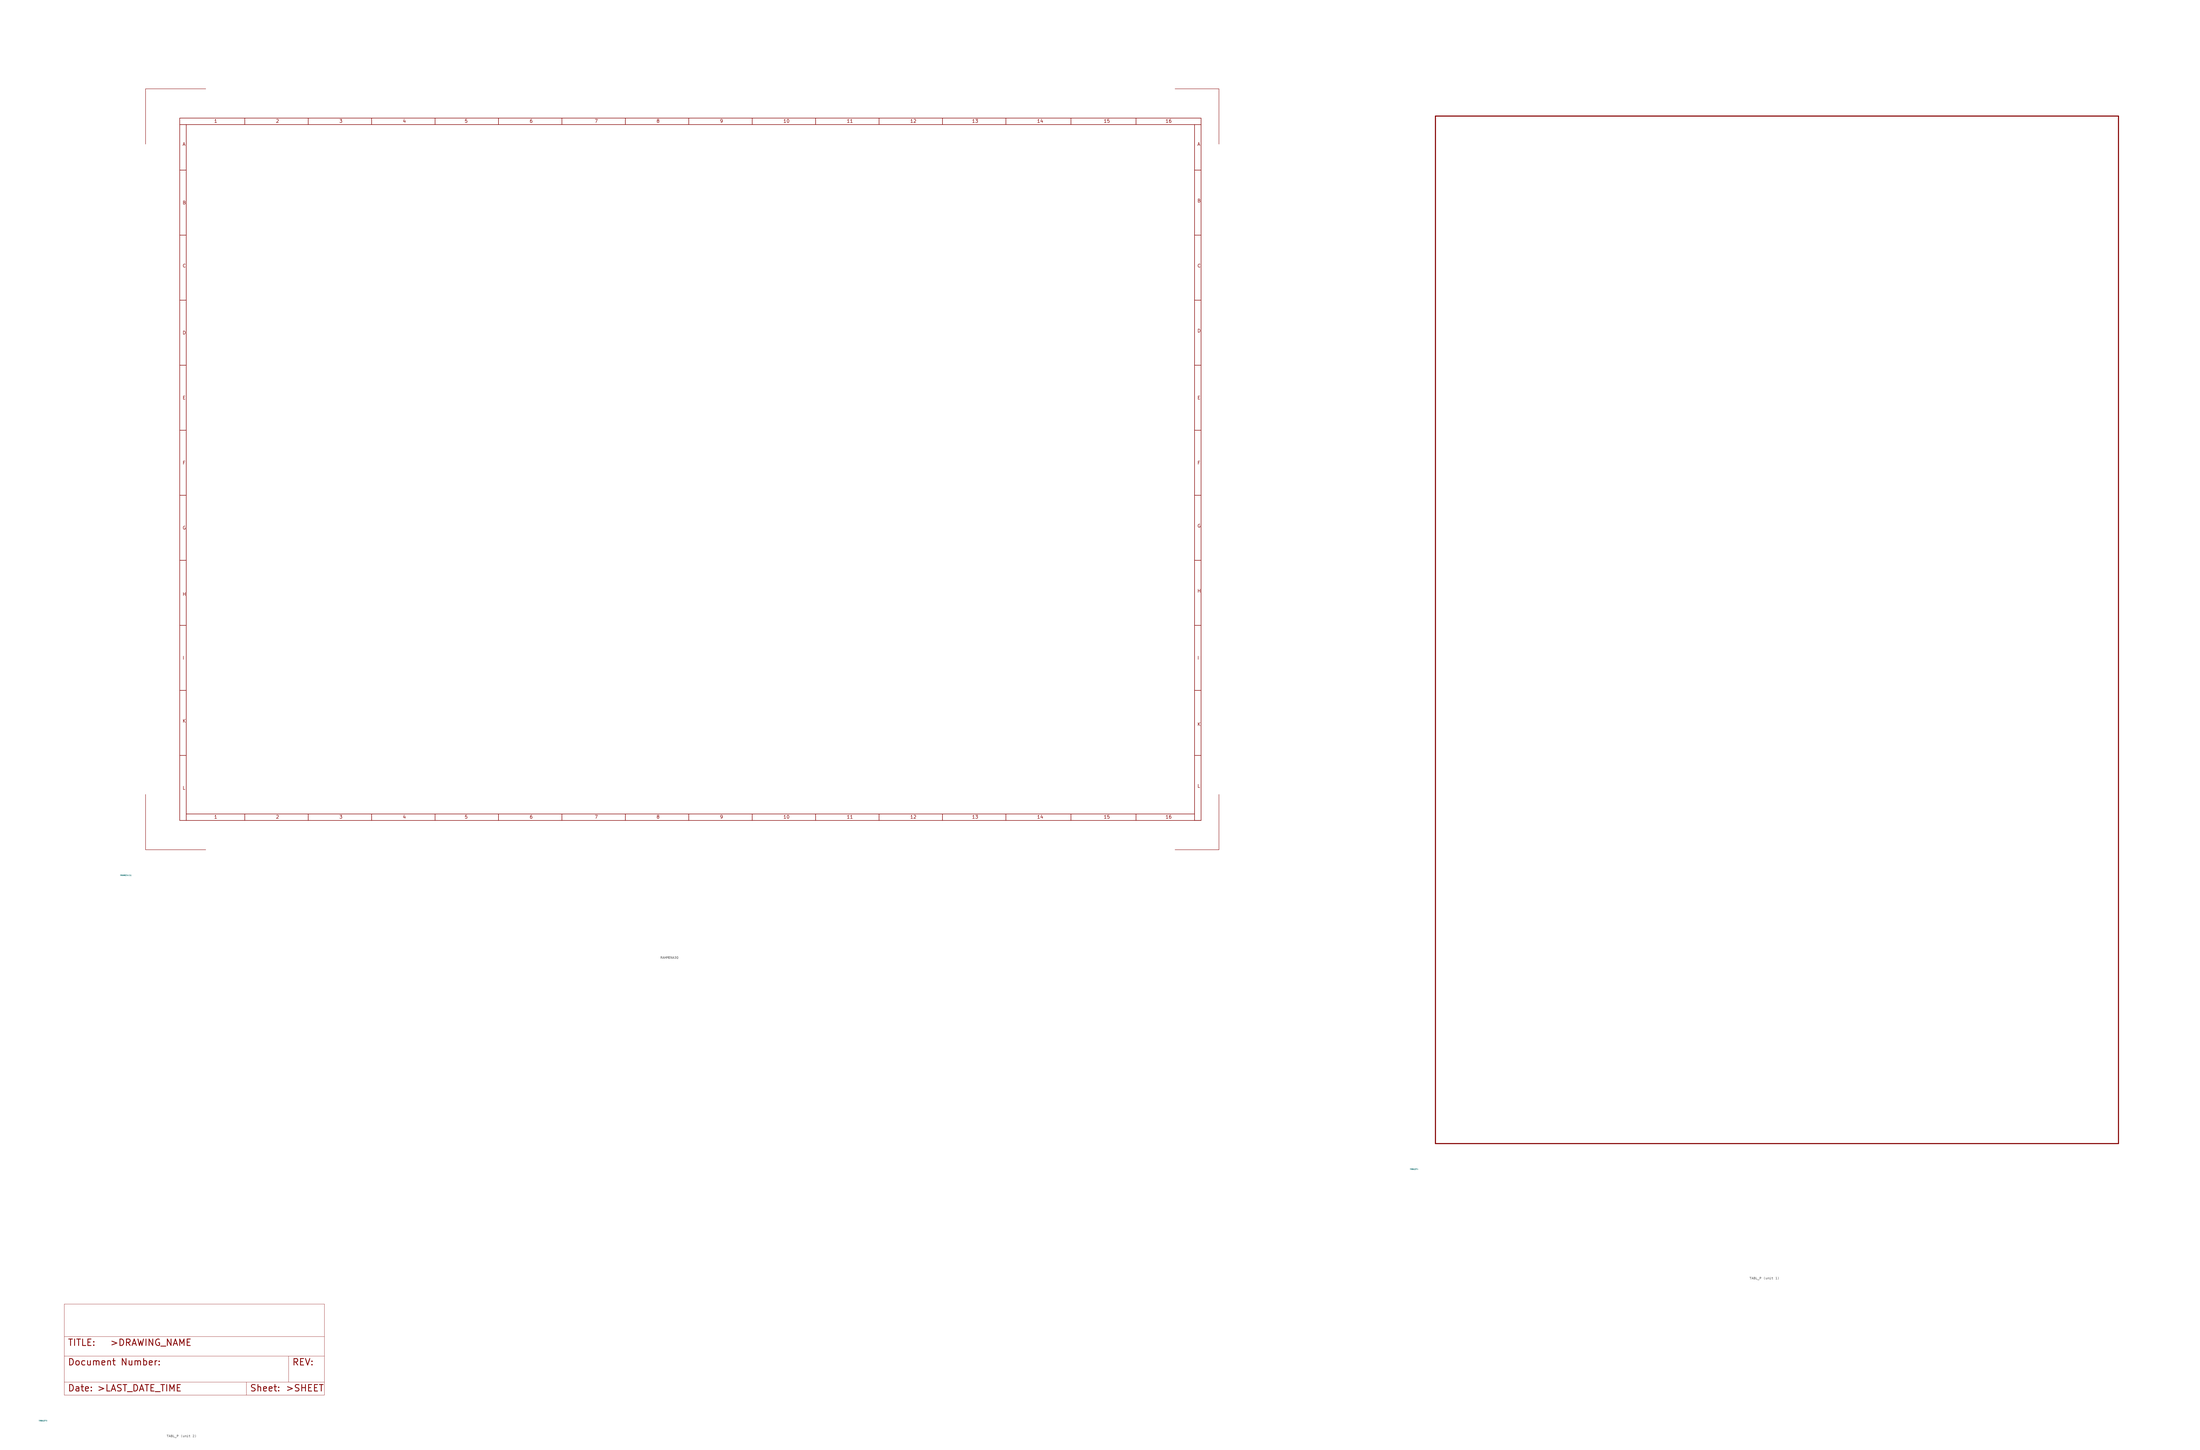
<source format=kicad_sym>
(kicad_symbol_lib
  (version 20220914)
  (generator Eagle2Kicad)
  (symbol "RAHMENA3Q"
    (property "Reference" "FRAME"
      (at -10 -10 0)
      (effects (font (size 0.5 0.5) (thickness 0.06)) (justify left)))
    (property "Value" "RAHMENA3Q"
      (at -10 -10 0)
      (effects (font (size 0.5 0.5) (thickness 0.06)) (justify left)))
    (polyline
      (pts (xy 13.335 11.43) (xy 15.875 11.43))
      (stroke (width 0.203) (type default))
      (fill (type none)))
    (polyline
      (pts (xy 15.875 11.43) (xy 15.875 13.97))
      (stroke (width 0.203) (type default))
      (fill (type none)))
    (polyline
      (pts (xy 38.735 11.43) (xy 38.735 13.97))
      (stroke (width 0.203) (type default))
      (fill (type none)))
    (polyline
      (pts (xy 63.5 11.43) (xy 63.5 13.97))
      (stroke (width 0.203) (type default))
      (fill (type none)))
    (polyline
      (pts (xy 88.265 11.43) (xy 88.265 13.97))
      (stroke (width 0.203) (type default))
      (fill (type none)))
    (polyline
      (pts (xy 113.03 11.43) (xy 113.03 13.97))
      (stroke (width 0.203) (type default))
      (fill (type none)))
    (polyline
      (pts (xy 137.795 11.43) (xy 137.795 13.97))
      (stroke (width 0.203) (type default))
      (fill (type none)))
    (polyline
      (pts (xy 162.56 11.43) (xy 162.56 13.97))
      (stroke (width 0.203) (type default))
      (fill (type none)))
    (polyline
      (pts (xy 187.325 11.43) (xy 187.325 13.97))
      (stroke (width 0.203) (type default))
      (fill (type none)))
    (polyline
      (pts (xy 212.09 11.43) (xy 212.09 13.97))
      (stroke (width 0.203) (type default))
      (fill (type none)))
    (polyline
      (pts (xy 236.855 11.43) (xy 236.855 13.97))
      (stroke (width 0.203) (type default))
      (fill (type none)))
    (polyline
      (pts (xy 261.62 11.43) (xy 261.62 13.97))
      (stroke (width 0.203) (type default))
      (fill (type none)))
    (polyline
      (pts (xy 286.385 11.43) (xy 286.385 13.97))
      (stroke (width 0.203) (type default))
      (fill (type none)))
    (polyline
      (pts (xy 311.15 11.43) (xy 311.15 13.97))
      (stroke (width 0.203) (type default))
      (fill (type none)))
    (polyline
      (pts (xy 335.915 11.43) (xy 335.915 13.97))
      (stroke (width 0.203) (type default))
      (fill (type none)))
    (polyline
      (pts (xy 361.315 11.43) (xy 361.315 13.97))
      (stroke (width 0.203) (type default))
      (fill (type none)))
    (polyline
      (pts (xy 386.715 11.43) (xy 386.715 13.97))
      (stroke (width 0.203) (type default))
      (fill (type none)))
    (polyline
      (pts (xy 412.115 11.43) (xy 409.575 11.43))
      (stroke (width 0.203) (type default))
      (fill (type none)))
    (polyline
      (pts (xy 409.575 11.43) (xy 409.575 13.97))
      (stroke (width 0.203) (type default))
      (fill (type none)))
    (polyline
      (pts (xy 409.575 36.83) (xy 412.115 36.83))
      (stroke (width 0.203) (type default))
      (fill (type none)))
    (polyline
      (pts (xy 409.575 62.23) (xy 412.115 62.23))
      (stroke (width 0.203) (type default))
      (fill (type none)))
    (polyline
      (pts (xy 409.575 87.63) (xy 412.115 87.63))
      (stroke (width 0.203) (type default))
      (fill (type none)))
    (polyline
      (pts (xy 409.575 113.03) (xy 412.115 113.03))
      (stroke (width 0.203) (type default))
      (fill (type none)))
    (polyline
      (pts (xy 409.575 138.43) (xy 412.115 138.43))
      (stroke (width 0.203) (type default))
      (fill (type none)))
    (polyline
      (pts (xy 409.575 163.83) (xy 412.115 163.83))
      (stroke (width 0.203) (type default))
      (fill (type none)))
    (polyline
      (pts (xy 409.575 189.23) (xy 412.115 189.23))
      (stroke (width 0.203) (type default))
      (fill (type none)))
    (polyline
      (pts (xy 409.575 214.63) (xy 412.115 214.63))
      (stroke (width 0.203) (type default))
      (fill (type none)))
    (polyline
      (pts (xy 409.575 240.03) (xy 412.115 240.03))
      (stroke (width 0.203) (type default))
      (fill (type none)))
    (polyline
      (pts (xy 409.575 265.43) (xy 412.115 265.43))
      (stroke (width 0.203) (type default))
      (fill (type none)))
    (polyline
      (pts (xy 409.575 283.21) (xy 412.115 283.21))
      (stroke (width 0.203) (type default))
      (fill (type none)))
    (polyline
      (pts (xy 412.115 283.21) (xy 412.115 285.75))
      (stroke (width 0.203) (type default))
      (fill (type none)))
    (polyline
      (pts (xy 386.715 283.21) (xy 386.715 285.75))
      (stroke (width 0.203) (type default))
      (fill (type none)))
    (polyline
      (pts (xy 361.315 283.21) (xy 361.315 285.75))
      (stroke (width 0.203) (type default))
      (fill (type none)))
    (polyline
      (pts (xy 335.915 283.21) (xy 335.915 285.75))
      (stroke (width 0.203) (type default))
      (fill (type none)))
    (polyline
      (pts (xy 311.15 283.21) (xy 311.15 285.75))
      (stroke (width 0.203) (type default))
      (fill (type none)))
    (polyline
      (pts (xy 286.385 283.21) (xy 286.385 285.75))
      (stroke (width 0.203) (type default))
      (fill (type none)))
    (polyline
      (pts (xy 261.62 283.21) (xy 261.62 285.75))
      (stroke (width 0.203) (type default))
      (fill (type none)))
    (polyline
      (pts (xy 236.855 283.21) (xy 236.855 285.75))
      (stroke (width 0.203) (type default))
      (fill (type none)))
    (polyline
      (pts (xy 212.09 283.21) (xy 212.09 285.75))
      (stroke (width 0.203) (type default))
      (fill (type none)))
    (polyline
      (pts (xy 187.325 283.21) (xy 187.325 285.75))
      (stroke (width 0.203) (type default))
      (fill (type none)))
    (polyline
      (pts (xy 162.56 283.21) (xy 162.56 285.75))
      (stroke (width 0.203) (type default))
      (fill (type none)))
    (polyline
      (pts (xy 137.795 283.21) (xy 137.795 285.75))
      (stroke (width 0.203) (type default))
      (fill (type none)))
    (polyline
      (pts (xy 113.03 283.21) (xy 113.03 285.75))
      (stroke (width 0.203) (type default))
      (fill (type none)))
    (polyline
      (pts (xy 88.265 283.21) (xy 88.265 285.75))
      (stroke (width 0.203) (type default))
      (fill (type none)))
    (polyline
      (pts (xy 63.5 283.21) (xy 63.5 285.75))
      (stroke (width 0.203) (type default))
      (fill (type none)))
    (polyline
      (pts (xy 38.735 283.21) (xy 38.735 285.75))
      (stroke (width 0.203) (type default))
      (fill (type none)))
    (polyline
      (pts (xy 13.335 265.43) (xy 15.875 265.43))
      (stroke (width 0.203) (type default))
      (fill (type none)))
    (polyline
      (pts (xy 13.335 240.03) (xy 15.875 240.03))
      (stroke (width 0.203) (type default))
      (fill (type none)))
    (polyline
      (pts (xy 13.335 214.63) (xy 15.875 214.63))
      (stroke (width 0.203) (type default))
      (fill (type none)))
    (polyline
      (pts (xy 13.335 189.23) (xy 15.875 189.23))
      (stroke (width 0.203) (type default))
      (fill (type none)))
    (polyline
      (pts (xy 13.335 163.83) (xy 15.875 163.83))
      (stroke (width 0.203) (type default))
      (fill (type none)))
    (polyline
      (pts (xy 13.335 138.43) (xy 15.875 138.43))
      (stroke (width 0.203) (type default))
      (fill (type none)))
    (polyline
      (pts (xy 13.335 113.03) (xy 15.875 113.03))
      (stroke (width 0.203) (type default))
      (fill (type none)))
    (polyline
      (pts (xy 13.335 87.63) (xy 15.875 87.63))
      (stroke (width 0.203) (type default))
      (fill (type none)))
    (polyline
      (pts (xy 13.335 62.23) (xy 15.875 62.23))
      (stroke (width 0.203) (type default))
      (fill (type none)))
    (polyline
      (pts (xy 13.335 36.83) (xy 15.875 36.83))
      (stroke (width 0.203) (type default))
      (fill (type none)))
    (polyline
      (pts (xy 412.115 11.43) (xy 412.115 283.21))
      (stroke (width 0.203) (type default))
      (fill (type none)))
    (polyline
      (pts (xy 412.115 285.75) (xy 13.335 285.75))
      (stroke (width 0.203) (type default))
      (fill (type none)))
    (polyline
      (pts (xy 13.335 285.75) (xy 13.335 283.21))
      (stroke (width 0.203) (type default))
      (fill (type none)))
    (polyline
      (pts (xy 13.335 283.21) (xy 13.335 11.43))
      (stroke (width 0.203) (type default))
      (fill (type none)))
    (polyline
      (pts (xy 15.875 13.97) (xy 409.575 13.97))
      (stroke (width 0.203) (type default))
      (fill (type none)))
    (polyline
      (pts (xy 409.575 13.97) (xy 409.575 283.21))
      (stroke (width 0.203) (type default))
      (fill (type none)))
    (polyline
      (pts (xy 409.575 283.21) (xy 15.875 283.21))
      (stroke (width 0.203) (type default))
      (fill (type none)))
    (polyline
      (pts (xy 15.875 283.21) (xy 13.335 283.21))
      (stroke (width 0.203) (type default))
      (fill (type none)))
    (polyline
      (pts (xy 15.875 283.21) (xy 15.875 13.97))
      (stroke (width 0.203) (type default))
      (fill (type none)))
    (polyline
      (pts (xy 419.1 297.18) (xy 419.1 275.59))
      (stroke (width 0) (type default))
      (fill (type none)))
    (polyline
      (pts (xy 419.1 297.18) (xy 401.955 297.18))
      (stroke (width 0) (type default))
      (fill (type none)))
    (polyline
      (pts (xy 419.1 0) (xy 401.955 0))
      (stroke (width 0) (type default))
      (fill (type none)))
    (polyline
      (pts (xy 419.1 0) (xy 419.1 21.59))
      (stroke (width 0) (type default))
      (fill (type none)))
    (polyline
      (pts (xy 0 0) (xy 0 21.59))
      (stroke (width 0) (type default))
      (fill (type none)))
    (polyline
      (pts (xy 0 0) (xy 23.495 0))
      (stroke (width 0) (type default))
      (fill (type none)))
    (polyline
      (pts (xy 0 297.18) (xy 23.495 297.18))
      (stroke (width 0) (type default))
      (fill (type none)))
    (polyline
      (pts (xy 0 297.18) (xy 0 275.59))
      (stroke (width 0) (type default))
      (fill (type none)))
    (polyline
      (pts (xy 15.875 11.43) (xy 412.115 11.43))
      (stroke (width 0.203) (type default))
      (fill (type none)))
    (text "1"
      (at 26.67 12.065 0)
      (effects (font (size 1.27 1.27) (thickness 0.16)) (justify left bottom)))
    (text "2"
      (at 50.8 12.065 0)
      (effects (font (size 1.27 1.27) (thickness 0.16)) (justify left bottom)))
    (text "3"
      (at 75.565 12.065 0)
      (effects (font (size 1.27 1.27) (thickness 0.16)) (justify left bottom)))
    (text "4"
      (at 100.33 12.065 0)
      (effects (font (size 1.27 1.27) (thickness 0.16)) (justify left bottom)))
    (text "5"
      (at 124.46 12.065 0)
      (effects (font (size 1.27 1.27) (thickness 0.16)) (justify left bottom)))
    (text "6"
      (at 149.86 12.065 0)
      (effects (font (size 1.27 1.27) (thickness 0.16)) (justify left bottom)))
    (text "7"
      (at 175.26 12.065 0)
      (effects (font (size 1.27 1.27) (thickness 0.16)) (justify left bottom)))
    (text "8"
      (at 199.39 12.065 0)
      (effects (font (size 1.27 1.27) (thickness 0.16)) (justify left bottom)))
    (text "9"
      (at 224.155 12.065 0)
      (effects (font (size 1.27 1.27) (thickness 0.16)) (justify left bottom)))
    (text "10"
      (at 248.92 12.065 0)
      (effects (font (size 1.27 1.27) (thickness 0.16)) (justify left bottom)))
    (text "11"
      (at 273.685 12.065 0)
      (effects (font (size 1.27 1.27) (thickness 0.16)) (justify left bottom)))
    (text "12"
      (at 298.45 12.065 0)
      (effects (font (size 1.27 1.27) (thickness 0.16)) (justify left bottom)))
    (text "13"
      (at 322.58 12.065 0)
      (effects (font (size 1.27 1.27) (thickness 0.16)) (justify left bottom)))
    (text "14"
      (at 347.98 12.065 0)
      (effects (font (size 1.27 1.27) (thickness 0.16)) (justify left bottom)))
    (text "15"
      (at 374.015 12.065 0)
      (effects (font (size 1.27 1.27) (thickness 0.16)) (justify left bottom)))
    (text "16"
      (at 398.145 12.065 0)
      (effects (font (size 1.27 1.27) (thickness 0.16)) (justify left bottom)))
    (text "L"
      (at 410.591 24.13 0)
      (effects (font (size 1.27 1.27) (thickness 0.16)) (justify left bottom)))
    (text "K"
      (at 410.591 48.26 0)
      (effects (font (size 1.27 1.27) (thickness 0.16)) (justify left bottom)))
    (text "I"
      (at 410.591 74.168 0)
      (effects (font (size 1.27 1.27) (thickness 0.16)) (justify left bottom)))
    (text "H"
      (at 410.591 100.33 0)
      (effects (font (size 1.27 1.27) (thickness 0.16)) (justify left bottom)))
    (text "G"
      (at 410.591 125.73 0)
      (effects (font (size 1.27 1.27) (thickness 0.16)) (justify left bottom)))
    (text "F"
      (at 410.591 150.368 0)
      (effects (font (size 1.27 1.27) (thickness 0.16)) (justify left bottom)))
    (text "E"
      (at 410.591 175.768 0)
      (effects (font (size 1.27 1.27) (thickness 0.16)) (justify left bottom)))
    (text "D"
      (at 410.591 201.93 0)
      (effects (font (size 1.27 1.27) (thickness 0.16)) (justify left bottom)))
    (text "C"
      (at 410.591 227.33 0)
      (effects (font (size 1.27 1.27) (thickness 0.16)) (justify left bottom)))
    (text "B"
      (at 410.591 252.73 0)
      (effects (font (size 1.27 1.27) (thickness 0.16)) (justify left bottom)))
    (text "A"
      (at 410.591 274.828 0)
      (effects (font (size 1.27 1.27) (thickness 0.16)) (justify left bottom)))
    (text "16"
      (at 398.145 283.845 0)
      (effects (font (size 1.27 1.27) (thickness 0.16)) (justify left bottom)))
    (text "15"
      (at 374.015 283.845 0)
      (effects (font (size 1.27 1.27) (thickness 0.16)) (justify left bottom)))
    (text "14"
      (at 347.98 283.845 0)
      (effects (font (size 1.27 1.27) (thickness 0.16)) (justify left bottom)))
    (text "13"
      (at 322.58 283.845 0)
      (effects (font (size 1.27 1.27) (thickness 0.16)) (justify left bottom)))
    (text "12"
      (at 298.45 283.845 0)
      (effects (font (size 1.27 1.27) (thickness 0.16)) (justify left bottom)))
    (text "11"
      (at 273.685 283.845 0)
      (effects (font (size 1.27 1.27) (thickness 0.16)) (justify left bottom)))
    (text "10"
      (at 248.92 283.845 0)
      (effects (font (size 1.27 1.27) (thickness 0.16)) (justify left bottom)))
    (text "9"
      (at 224.155 283.845 0)
      (effects (font (size 1.27 1.27) (thickness 0.16)) (justify left bottom)))
    (text "8"
      (at 199.39 283.845 0)
      (effects (font (size 1.27 1.27) (thickness 0.16)) (justify left bottom)))
    (text "7"
      (at 175.26 283.845 0)
      (effects (font (size 1.27 1.27) (thickness 0.16)) (justify left bottom)))
    (text "6"
      (at 149.86 283.845 0)
      (effects (font (size 1.27 1.27) (thickness 0.16)) (justify left bottom)))
    (text "5"
      (at 124.46 283.845 0)
      (effects (font (size 1.27 1.27) (thickness 0.16)) (justify left bottom)))
    (text "4"
      (at 100.33 283.845 0)
      (effects (font (size 1.27 1.27) (thickness 0.16)) (justify left bottom)))
    (text "3"
      (at 75.565 283.845 0)
      (effects (font (size 1.27 1.27) (thickness 0.16)) (justify left bottom)))
    (text "2"
      (at 50.8 283.845 0)
      (effects (font (size 1.27 1.27) (thickness 0.16)) (justify left bottom)))
    (text "1"
      (at 26.67 283.845 0)
      (effects (font (size 1.27 1.27) (thickness 0.16)) (justify left bottom)))
    (text "A"
      (at 14.351 274.828 0)
      (effects (font (size 1.27 1.27) (thickness 0.16)) (justify left bottom)))
    (text "B"
      (at 14.351 251.968 0)
      (effects (font (size 1.27 1.27) (thickness 0.16)) (justify left bottom)))
    (text "C"
      (at 14.351 227.33 0)
      (effects (font (size 1.27 1.27) (thickness 0.16)) (justify left bottom)))
    (text "D"
      (at 14.351 201.168 0)
      (effects (font (size 1.27 1.27) (thickness 0.16)) (justify left bottom)))
    (text "E"
      (at 14.351 175.768 0)
      (effects (font (size 1.27 1.27) (thickness 0.16)) (justify left bottom)))
    (text "F"
      (at 14.351 150.368 0)
      (effects (font (size 1.27 1.27) (thickness 0.16)) (justify left bottom)))
    (text "G"
      (at 14.351 124.968 0)
      (effects (font (size 1.27 1.27) (thickness 0.16)) (justify left bottom)))
    (text "H"
      (at 14.351 99.06 0)
      (effects (font (size 1.27 1.27) (thickness 0.16)) (justify left bottom)))
    (text "I"
      (at 14.351 74.168 0)
      (effects (font (size 1.27 1.27) (thickness 0.16)) (justify left bottom)))
    (text "K"
      (at 14.351 49.53 0)
      (effects (font (size 1.27 1.27) (thickness 0.16)) (justify left bottom)))
    (text "L"
      (at 14.351 23.368 0)
      (effects (font (size 1.27 1.27) (thickness 0.16)) (justify left bottom))))
  (symbol "TABL_P"
    (property "Reference" "FRAME"
      (at -10 -10 0)
      (effects (font (size 0.5 0.5) (thickness 0.06)) (justify left)))
    (property "Value" "TABL_P"
      (at -10 -10 0)
      (effects (font (size 0.5 0.5) (thickness 0.06)) (justify left)))
    (symbol "TABL_P_1_0"
      (polyline (pts (xy 0 0) (xy 266.7 0)) (stroke (width 0.406) (type default)) (fill (type none)))
      (polyline (pts (xy 266.7 0) (xy 266.7 401.32)) (stroke (width 0.406) (type default)) (fill (type none)))
      (polyline (pts (xy 266.7 401.32) (xy 0 401.32)) (stroke (width 0.406) (type default)) (fill (type none)))
      (polyline (pts (xy 0 401.32) (xy 0 0)) (stroke (width 0.406) (type default)) (fill (type none))))
    (symbol "TABL_P_2_0"
      (polyline (pts (xy 0 0) (xy 71.12 0)) (stroke (width 0.102) (type default)) (fill (type none)))
      (polyline (pts (xy 101.6 15.24) (xy 87.63 15.24)) (stroke (width 0.102) (type default)) (fill (type none)))
      (polyline (pts (xy 0 0) (xy 0 5.08)) (stroke (width 0.102) (type default)) (fill (type none)))
      (polyline (pts (xy 0 5.08) (xy 71.12 5.08)) (stroke (width 0.102) (type default)) (fill (type none)))
      (polyline (pts (xy 0 5.08) (xy 0 15.24)) (stroke (width 0.102) (type default)) (fill (type none)))
      (polyline (pts (xy 101.6 15.24) (xy 101.6 5.08)) (stroke (width 0.102) (type default)) (fill (type none)))
      (polyline (pts (xy 71.12 5.08) (xy 71.12 0)) (stroke (width 0.102) (type default)) (fill (type none)))
      (polyline (pts (xy 71.12 5.08) (xy 87.63 5.08)) (stroke (width 0.102) (type default)) (fill (type none)))
      (polyline (pts (xy 71.12 0) (xy 101.6 0)) (stroke (width 0.102) (type default)) (fill (type none)))
      (polyline (pts (xy 87.63 15.24) (xy 87.63 5.08)) (stroke (width 0.102) (type default)) (fill (type none)))
      (polyline (pts (xy 87.63 15.24) (xy 0 15.24)) (stroke (width 0.102) (type default)) (fill (type none)))
      (polyline (pts (xy 87.63 5.08) (xy 101.6 5.08)) (stroke (width 0.102) (type default)) (fill (type none)))
      (polyline (pts (xy 101.6 5.08) (xy 101.6 0)) (stroke (width 0.102) (type default)) (fill (type none)))
      (polyline (pts (xy 0 15.24) (xy 0 22.86)) (stroke (width 0.102) (type default)) (fill (type none)))
      (polyline (pts (xy 101.6 35.56) (xy 0 35.56)) (stroke (width 0.102) (type default)) (fill (type none)))
      (polyline (pts (xy 101.6 35.56) (xy 101.6 22.86)) (stroke (width 0.102) (type default)) (fill (type none)))
      (polyline (pts (xy 0 22.86) (xy 101.6 22.86)) (stroke (width 0.102) (type default)) (fill (type none)))
      (polyline (pts (xy 0 22.86) (xy 0 35.56)) (stroke (width 0.102) (type default)) (fill (type none)))
      (polyline (pts (xy 101.6 22.86) (xy 101.6 15.24)) (stroke (width 0.102) (type default)) (fill (type none)))
      (text "Date:" (at 1.27 1.27 0) (effects (font (size 2.54 2.54) (thickness 0.32)) (justify left bottom)))
      (text ">LAST_DATE_TIME" (at 12.7 1.27 0) (effects (font (size 2.54 2.54) (thickness 0.32)) (justify left bottom)))
      (text "Sheet:" (at 72.39 1.27 0) (effects (font (size 2.54 2.54) (thickness 0.32)) (justify left bottom)))
      (text ">SHEET" (at 86.36 1.27 0) (effects (font (size 2.54 2.54) (thickness 0.32)) (justify left bottom)))
      (text "REV:" (at 88.9 11.43 0) (effects (font (size 2.54 2.54) (thickness 0.32)) (justify left bottom)))
      (text "TITLE:" (at 1.27 19.05 0) (effects (font (size 2.54 2.54) (thickness 0.32)) (justify left bottom)))
      (text "Document Number:" (at 1.27 11.43 0) (effects (font (size 2.54 2.54) (thickness 0.32)) (justify left bottom)))
      (text ">DRAWING_NAME" (at 17.78 19.05 0) (effects (font (size 2.54 2.54) (thickness 0.32)) (justify left bottom))))))
</source>
